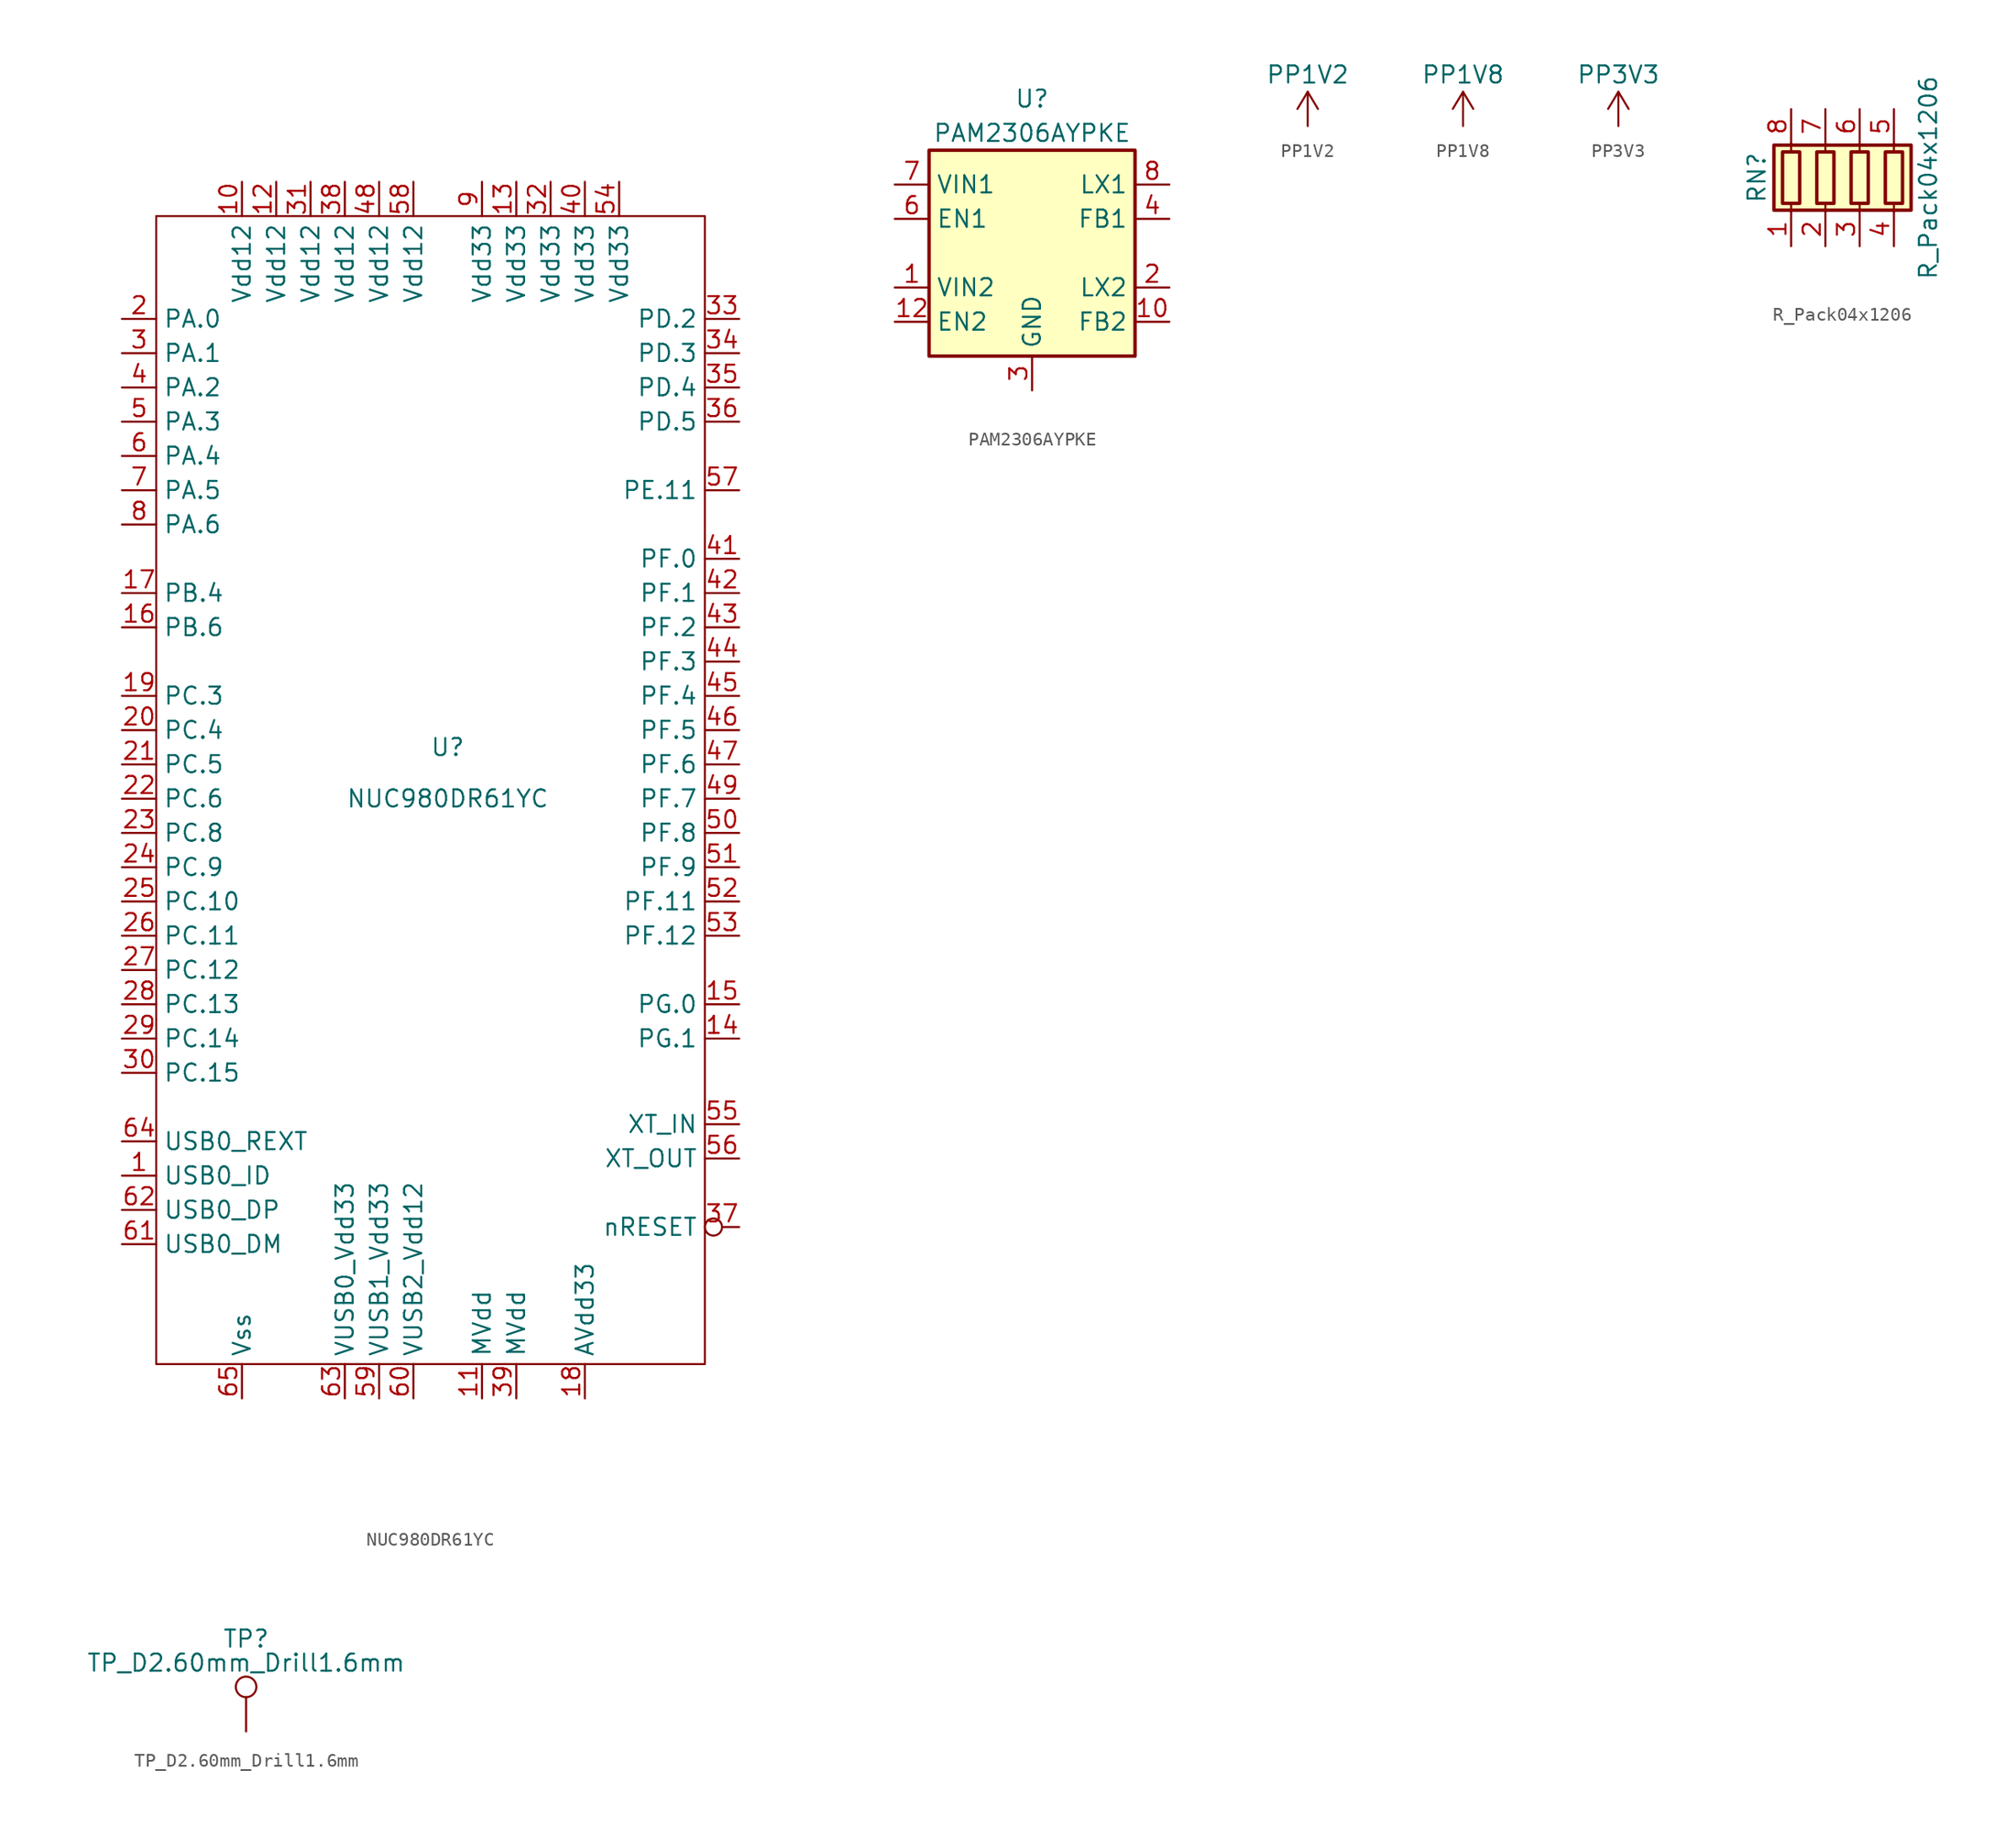
<source format=kicad_sym>
(kicad_symbol_lib
  (version 20220914)
  (generator kicad_symbol_editor)
  (symbol "NUC980DR61YC"
    (property "Reference" "U"
      (at 0 3.81 0)
      (effects (font (size 1.27 1.27))))
    (property "Value" "NUC980DR61YC"
      (at 0 0 0)
      (effects (font (size 1.27 1.27))))
    (symbol "NUC980DR61YC_0_0"
      (pin input line (at -24.13 -27.94 0) (length 2.54) (name "USB0_ID" (effects (font (size 1.27 1.27)))) (number "1" (effects (font (size 1.27 1.27)))))
      (pin power_in line (at -15.24 45.72 270) (length 2.54) (name "Vdd12" (effects (font (size 1.27 1.27)))) (number "10" (effects (font (size 1.27 1.27)))))
      (pin power_in line (at 2.54 -44.45 90) (length 2.54) (name "MVdd" (effects (font (size 1.27 1.27)))) (number "11" (effects (font (size 1.27 1.27)))))
      (pin power_in line (at -12.7 45.72 270) (length 2.54) (name "Vdd12" (effects (font (size 1.27 1.27)))) (number "12" (effects (font (size 1.27 1.27)))))
      (pin power_in line (at 5.08 45.72 270) (length 2.54) (name "Vdd33" (effects (font (size 1.27 1.27)))) (number "13" (effects (font (size 1.27 1.27)))))
      (pin bidirectional line (at 21.59 -17.78 180) (length 2.54) (name "PG.1" (effects (font (size 1.27 1.27)))) (number "14" (effects (font (size 1.27 1.27)))))
      (pin bidirectional line (at 21.59 -15.24 180) (length 2.54) (name "PG.0" (effects (font (size 1.27 1.27)))) (number "15" (effects (font (size 1.27 1.27)))))
      (pin bidirectional line (at -24.13 12.7 0) (length 2.54) (name "PB.6" (effects (font (size 1.27 1.27)))) (number "16" (effects (font (size 1.27 1.27)))))
      (pin bidirectional line (at -24.13 15.24 0) (length 2.54) (name "PB.4" (effects (font (size 1.27 1.27)))) (number "17" (effects (font (size 1.27 1.27)))))
      (pin power_in line (at 10.16 -44.45 90) (length 2.54) (name "AVdd33" (effects (font (size 1.27 1.27)))) (number "18" (effects (font (size 1.27 1.27)))))
      (pin bidirectional line (at -24.13 7.62 0) (length 2.54) (name "PC.3" (effects (font (size 1.27 1.27)))) (number "19" (effects (font (size 1.27 1.27)))))
      (pin bidirectional line (at -24.13 35.56 0) (length 2.54) (name "PA.0" (effects (font (size 1.27 1.27)))) (number "2" (effects (font (size 1.27 1.27)))))
      (pin bidirectional line (at -24.13 5.08 0) (length 2.54) (name "PC.4" (effects (font (size 1.27 1.27)))) (number "20" (effects (font (size 1.27 1.27)))))
      (pin bidirectional line (at -24.13 2.54 0) (length 2.54) (name "PC.5" (effects (font (size 1.27 1.27)))) (number "21" (effects (font (size 1.27 1.27)))))
      (pin bidirectional line (at -24.13 0 0) (length 2.54) (name "PC.6" (effects (font (size 1.27 1.27)))) (number "22" (effects (font (size 1.27 1.27)))))
      (pin bidirectional line (at -24.13 -2.54 0) (length 2.54) (name "PC.8" (effects (font (size 1.27 1.27)))) (number "23" (effects (font (size 1.27 1.27)))))
      (pin bidirectional line (at -24.13 -5.08 0) (length 2.54) (name "PC.9" (effects (font (size 1.27 1.27)))) (number "24" (effects (font (size 1.27 1.27)))))
      (pin bidirectional line (at -24.13 -7.62 0) (length 2.54) (name "PC.10" (effects (font (size 1.27 1.27)))) (number "25" (effects (font (size 1.27 1.27)))))
      (pin bidirectional line (at -24.13 -10.16 0) (length 2.54) (name "PC.11" (effects (font (size 1.27 1.27)))) (number "26" (effects (font (size 1.27 1.27)))))
      (pin bidirectional line (at -24.13 -12.7 0) (length 2.54) (name "PC.12" (effects (font (size 1.27 1.27)))) (number "27" (effects (font (size 1.27 1.27)))))
      (pin bidirectional line (at -24.13 -15.24 0) (length 2.54) (name "PC.13" (effects (font (size 1.27 1.27)))) (number "28" (effects (font (size 1.27 1.27)))))
      (pin bidirectional line (at -24.13 -17.78 0) (length 2.54) (name "PC.14" (effects (font (size 1.27 1.27)))) (number "29" (effects (font (size 1.27 1.27)))))
      (pin bidirectional line (at -24.13 33.02 0) (length 2.54) (name "PA.1" (effects (font (size 1.27 1.27)))) (number "3" (effects (font (size 1.27 1.27)))))
      (pin bidirectional line (at -24.13 -20.32 0) (length 2.54) (name "PC.15" (effects (font (size 1.27 1.27)))) (number "30" (effects (font (size 1.27 1.27)))))
      (pin power_in line (at -10.16 45.72 270) (length 2.54) (name "Vdd12" (effects (font (size 1.27 1.27)))) (number "31" (effects (font (size 1.27 1.27)))))
      (pin power_in line (at 7.62 45.72 270) (length 2.54) (name "Vdd33" (effects (font (size 1.27 1.27)))) (number "32" (effects (font (size 1.27 1.27)))))
      (pin bidirectional line (at 21.59 35.56 180) (length 2.54) (name "PD.2" (effects (font (size 1.27 1.27)))) (number "33" (effects (font (size 1.27 1.27)))))
      (pin bidirectional line (at 21.59 33.02 180) (length 2.54) (name "PD.3" (effects (font (size 1.27 1.27)))) (number "34" (effects (font (size 1.27 1.27)))))
      (pin bidirectional line (at 21.59 30.48 180) (length 2.54) (name "PD.4" (effects (font (size 1.27 1.27)))) (number "35" (effects (font (size 1.27 1.27)))))
      (pin bidirectional line (at 21.59 27.94 180) (length 2.54) (name "PD.5" (effects (font (size 1.27 1.27)))) (number "36" (effects (font (size 1.27 1.27)))))
      (pin input inverted (at 21.59 -31.75 180) (length 2.54) (name "nRESET" (effects (font (size 1.27 1.27)))) (number "37" (effects (font (size 1.27 1.27)))))
      (pin power_in line (at -7.62 45.72 270) (length 2.54) (name "Vdd12" (effects (font (size 1.27 1.27)))) (number "38" (effects (font (size 1.27 1.27)))))
      (pin power_in line (at 5.08 -44.45 90) (length 2.54) (name "MVdd" (effects (font (size 1.27 1.27)))) (number "39" (effects (font (size 1.27 1.27)))))
      (pin bidirectional line (at -24.13 30.48 0) (length 2.54) (name "PA.2" (effects (font (size 1.27 1.27)))) (number "4" (effects (font (size 1.27 1.27)))))
      (pin power_in line (at 10.16 45.72 270) (length 2.54) (name "Vdd33" (effects (font (size 1.27 1.27)))) (number "40" (effects (font (size 1.27 1.27)))))
      (pin bidirectional line (at 21.59 17.78 180) (length 2.54) (name "PF.0" (effects (font (size 1.27 1.27)))) (number "41" (effects (font (size 1.27 1.27)))))
      (pin bidirectional line (at 21.59 15.24 180) (length 2.54) (name "PF.1" (effects (font (size 1.27 1.27)))) (number "42" (effects (font (size 1.27 1.27)))))
      (pin bidirectional line (at 21.59 12.7 180) (length 2.54) (name "PF.2" (effects (font (size 1.27 1.27)))) (number "43" (effects (font (size 1.27 1.27)))))
      (pin bidirectional line (at 21.59 10.16 180) (length 2.54) (name "PF.3" (effects (font (size 1.27 1.27)))) (number "44" (effects (font (size 1.27 1.27)))))
      (pin bidirectional line (at 21.59 7.62 180) (length 2.54) (name "PF.4" (effects (font (size 1.27 1.27)))) (number "45" (effects (font (size 1.27 1.27)))))
      (pin bidirectional line (at 21.59 5.08 180) (length 2.54) (name "PF.5" (effects (font (size 1.27 1.27)))) (number "46" (effects (font (size 1.27 1.27)))))
      (pin bidirectional line (at 21.59 2.54 180) (length 2.54) (name "PF.6" (effects (font (size 1.27 1.27)))) (number "47" (effects (font (size 1.27 1.27)))))
      (pin power_in line (at -5.08 45.72 270) (length 2.54) (name "Vdd12" (effects (font (size 1.27 1.27)))) (number "48" (effects (font (size 1.27 1.27)))))
      (pin bidirectional line (at 21.59 0 180) (length 2.54) (name "PF.7" (effects (font (size 1.27 1.27)))) (number "49" (effects (font (size 1.27 1.27)))))
      (pin bidirectional line (at -24.13 27.94 0) (length 2.54) (name "PA.3" (effects (font (size 1.27 1.27)))) (number "5" (effects (font (size 1.27 1.27)))))
      (pin bidirectional line (at 21.59 -2.54 180) (length 2.54) (name "PF.8" (effects (font (size 1.27 1.27)))) (number "50" (effects (font (size 1.27 1.27)))))
      (pin bidirectional line (at 21.59 -5.08 180) (length 2.54) (name "PF.9" (effects (font (size 1.27 1.27)))) (number "51" (effects (font (size 1.27 1.27)))))
      (pin bidirectional line (at 21.59 -7.62 180) (length 2.54) (name "PF.11" (effects (font (size 1.27 1.27)))) (number "52" (effects (font (size 1.27 1.27)))))
      (pin bidirectional line (at 21.59 -10.16 180) (length 2.54) (name "PF.12" (effects (font (size 1.27 1.27)))) (number "53" (effects (font (size 1.27 1.27)))))
      (pin power_in line (at 12.7 45.72 270) (length 2.54) (name "Vdd33" (effects (font (size 1.27 1.27)))) (number "54" (effects (font (size 1.27 1.27)))))
      (pin input line (at 21.59 -24.13 180) (length 2.54) (name "XT_IN" (effects (font (size 1.27 1.27)))) (number "55" (effects (font (size 1.27 1.27)))))
      (pin output line (at 21.59 -26.67 180) (length 2.54) (name "XT_OUT" (effects (font (size 1.27 1.27)))) (number "56" (effects (font (size 1.27 1.27)))))
      (pin bidirectional line (at 21.59 22.86 180) (length 2.54) (name "PE.11" (effects (font (size 1.27 1.27)))) (number "57" (effects (font (size 1.27 1.27)))))
      (pin power_in line (at -2.54 45.72 270) (length 2.54) (name "Vdd12" (effects (font (size 1.27 1.27)))) (number "58" (effects (font (size 1.27 1.27)))))
      (pin power_in line (at -5.08 -44.45 90) (length 2.54) (name "VUSB1_Vdd33" (effects (font (size 1.27 1.27)))) (number "59" (effects (font (size 1.27 1.27)))))
      (pin bidirectional line (at -24.13 25.4 0) (length 2.54) (name "PA.4" (effects (font (size 1.27 1.27)))) (number "6" (effects (font (size 1.27 1.27)))))
      (pin power_in line (at -2.54 -44.45 90) (length 2.54) (name "VUSB2_Vdd12" (effects (font (size 1.27 1.27)))) (number "60" (effects (font (size 1.27 1.27)))))
      (pin bidirectional line (at -24.13 -33.02 0) (length 2.54) (name "USB0_DM" (effects (font (size 1.27 1.27)))) (number "61" (effects (font (size 1.27 1.27)))))
      (pin bidirectional line (at -24.13 -30.48 0) (length 2.54) (name "USB0_DP" (effects (font (size 1.27 1.27)))) (number "62" (effects (font (size 1.27 1.27)))))
      (pin power_in line (at -7.62 -44.45 90) (length 2.54) (name "VUSB0_Vdd33" (effects (font (size 1.27 1.27)))) (number "63" (effects (font (size 1.27 1.27)))))
      (pin bidirectional line (at -24.13 -25.4 0) (length 2.54) (name "USB0_REXT" (effects (font (size 1.27 1.27)))) (number "64" (effects (font (size 1.27 1.27)))))
      (pin power_in line (at -15.24 -44.45 90) (length 2.54) (name "Vss" (effects (font (size 1.27 1.27)))) (number "65" (effects (font (size 1.27 1.27)))))
      (pin bidirectional line (at -24.13 22.86 0) (length 2.54) (name "PA.5" (effects (font (size 1.27 1.27)))) (number "7" (effects (font (size 1.27 1.27)))))
      (pin bidirectional line (at -24.13 20.32 0) (length 2.54) (name "PA.6" (effects (font (size 1.27 1.27)))) (number "8" (effects (font (size 1.27 1.27)))))
      (pin power_in line (at 2.54 45.72 270) (length 2.54) (name "Vdd33" (effects (font (size 1.27 1.27)))) (number "9" (effects (font (size 1.27 1.27))))))
    (symbol "NUC980DR61YC_0_1"
      (rectangle (start -21.59 43.18) (end 19.05 -41.91) (stroke (width 0.152) (type default)) (fill (type none)))))
  (symbol "PAM2306AYPKE"
    (property "Reference" "U"
      (at 0 11.43 0)
      (effects (font (size 1.27 1.27))))
    (property "Value" "PAM2306AYPKE"
      (at 0 8.89 0)
      (effects (font (size 1.27 1.27))))
    (symbol "PAM2306AYPKE_0_1"
      (rectangle (start 7.62 7.62) (end -7.62 -7.62) (stroke (width 0.254) (type default)) (fill (type background))))
    (symbol "PAM2306AYPKE_1_1"
      (pin power_in line (at -10.16 -2.54 0) (length 2.54) (name "VIN2" (effects (font (size 1.27 1.27)))) (number "1" (effects (font (size 1.27 1.27)))))
      (pin input line (at 10.16 -5.08 180) (length 2.54) (name "FB2" (effects (font (size 1.27 1.27)))) (number "10" (effects (font (size 1.27 1.27)))))
      (pin no_connect line (at 7.62 0 180) (length 2.54) hide (name "NC2" (effects (font (size 1.27 1.27)))) (number "11" (effects (font (size 1.27 1.27)))))
      (pin input line (at -10.16 -5.08 0) (length 2.54) (name "EN2" (effects (font (size 1.27 1.27)))) (number "12" (effects (font (size 1.27 1.27)))))
      (pin passive line (at 0 -10.16 90) (length 2.54) hide (name "GND" (effects (font (size 1.27 1.27)))) (number "13" (effects (font (size 1.27 1.27)))))
      (pin output line (at 10.16 -2.54 180) (length 2.54) (name "LX2" (effects (font (size 1.27 1.27)))) (number "2" (effects (font (size 1.27 1.27)))))
      (pin power_in line (at 0 -10.16 90) (length 2.54) (name "GND" (effects (font (size 1.27 1.27)))) (number "3" (effects (font (size 1.27 1.27)))))
      (pin input line (at 10.16 2.54 180) (length 2.54) (name "FB1" (effects (font (size 1.27 1.27)))) (number "4" (effects (font (size 1.27 1.27)))))
      (pin no_connect line (at -7.62 0 0) (length 2.54) hide (name "NC1" (effects (font (size 1.27 1.27)))) (number "5" (effects (font (size 1.27 1.27)))))
      (pin input line (at -10.16 2.54 0) (length 2.54) (name "EN1" (effects (font (size 1.27 1.27)))) (number "6" (effects (font (size 1.27 1.27)))))
      (pin power_in line (at -10.16 5.08 0) (length 2.54) (name "VIN1" (effects (font (size 1.27 1.27)))) (number "7" (effects (font (size 1.27 1.27)))))
      (pin output line (at 10.16 5.08 180) (length 2.54) (name "LX1" (effects (font (size 1.27 1.27)))) (number "8" (effects (font (size 1.27 1.27)))))
      (pin passive line (at 0 -10.16 90) (length 2.54) hide (name "GND" (effects (font (size 1.27 1.27)))) (number "9" (effects (font (size 1.27 1.27)))))))
  (symbol "PP1V2"
    (power)
    (pin_names
      (offset 0))
    (property "Reference" "#PWR015"
      (at 0 -3.81 0)
      (effects (font (size 1.27 1.27)) hide))
    (property "Value" "PP1V2"
      (at 0 3.81 0)
      (effects (font (size 1.27 1.27))))
    (symbol "PP1V2_0_1"
      (polyline (pts (xy -0.762 1.27) (xy 0 2.54)) (stroke (width 0) (type default)) (fill (type none)))
      (polyline (pts (xy 0 0) (xy 0 2.54)) (stroke (width 0) (type default)) (fill (type none)))
      (polyline (pts (xy 0 2.54) (xy 0.762 1.27)) (stroke (width 0) (type default)) (fill (type none))))
    (symbol "PP1V2_1_1"
      (pin power_in line (at 0 0 90) (length 0) hide (name "+1V2" (effects (font (size 1.27 1.27)))) (number "1" (effects (font (size 1.27 1.27)))))))
  (symbol "PP1V8"
    (power)
    (pin_names
      (offset 0))
    (property "Reference" "#PWR02"
      (at 0 -3.81 0)
      (effects (font (size 1.27 1.27)) hide))
    (property "Value" "PP1V8"
      (at 0 3.81 0)
      (effects (font (size 1.27 1.27))))
    (symbol "PP1V8_0_1"
      (polyline (pts (xy -0.762 1.27) (xy 0 2.54)) (stroke (width 0) (type default)) (fill (type none)))
      (polyline (pts (xy 0 0) (xy 0 2.54)) (stroke (width 0) (type default)) (fill (type none)))
      (polyline (pts (xy 0 2.54) (xy 0.762 1.27)) (stroke (width 0) (type default)) (fill (type none))))
    (symbol "PP1V8_1_1"
      (pin power_in line (at 0 0 90) (length 0) hide (name "+1V8" (effects (font (size 1.27 1.27)))) (number "1" (effects (font (size 1.27 1.27)))))))
  (symbol "PP3V3"
    (power)
    (pin_names
      (offset 0))
    (property "Reference" "#PWR01"
      (at 0 -3.81 0)
      (effects (font (size 1.27 1.27)) hide))
    (property "Value" "PP3V3"
      (at 0 3.81 0)
      (effects (font (size 1.27 1.27))))
    (symbol "PP3V3_0_1"
      (polyline (pts (xy -0.762 1.27) (xy 0 2.54)) (stroke (width 0) (type default)) (fill (type none)))
      (polyline (pts (xy 0 0) (xy 0 2.54)) (stroke (width 0) (type default)) (fill (type none)))
      (polyline (pts (xy 0 2.54) (xy 0.762 1.27)) (stroke (width 0) (type default)) (fill (type none))))
    (symbol "PP3V3_1_1"
      (pin power_in line (at 0 0 90) (length 0) hide (name "+3V3" (effects (font (size 1.27 1.27)))) (number "1" (effects (font (size 1.27 1.27)))))))
  (symbol "R_Pack04x1206"
    (pin_names
      (offset 0) hide)
    (property "Reference" "RN"
      (at -7.62 0 90)
      (effects (font (size 1.27 1.27))))
    (property "Value" "R_Pack04x1206"
      (at 5.08 0 90)
      (effects (font (size 1.27 1.27))))
    (symbol "R_Pack04x1206_0_1"
      (rectangle (start -6.35 -2.413) (end 3.81 2.413) (stroke (width 0.254) (type default)) (fill (type background)))
      (rectangle (start -5.715 1.905) (end -4.445 -1.905) (stroke (width 0.254) (type default)) (fill (type none)))
      (rectangle (start -3.175 1.905) (end -1.905 -1.905) (stroke (width 0.254) (type default)) (fill (type none)))
      (rectangle (start -0.635 1.905) (end 0.635 -1.905) (stroke (width 0.254) (type default)) (fill (type none)))
      (polyline (pts (xy -5.08 -2.54) (xy -5.08 -1.905)) (stroke (width 0) (type default)) (fill (type none)))
      (polyline (pts (xy -5.08 1.905) (xy -5.08 2.54)) (stroke (width 0) (type default)) (fill (type none)))
      (polyline (pts (xy -2.54 -2.54) (xy -2.54 -1.905)) (stroke (width 0) (type default)) (fill (type none)))
      (polyline (pts (xy -2.54 1.905) (xy -2.54 2.54)) (stroke (width 0) (type default)) (fill (type none)))
      (polyline (pts (xy 0 -2.54) (xy 0 -1.905)) (stroke (width 0) (type default)) (fill (type none)))
      (polyline (pts (xy 0 1.905) (xy 0 2.54)) (stroke (width 0) (type default)) (fill (type none)))
      (polyline (pts (xy 2.54 -2.54) (xy 2.54 -1.905)) (stroke (width 0) (type default)) (fill (type none)))
      (polyline (pts (xy 2.54 1.905) (xy 2.54 2.54)) (stroke (width 0) (type default)) (fill (type none)))
      (rectangle (start 1.905 1.905) (end 3.175 -1.905) (stroke (width 0.254) (type default)) (fill (type none))))
    (symbol "R_Pack04x1206_1_1"
      (pin passive line (at -5.08 -5.08 90) (length 2.54) (name "R1.1" (effects (font (size 1.27 1.27)))) (number "1" (effects (font (size 1.27 1.27)))))
      (pin passive line (at -2.54 -5.08 90) (length 2.54) (name "R2.1" (effects (font (size 1.27 1.27)))) (number "2" (effects (font (size 1.27 1.27)))))
      (pin passive line (at 0 -5.08 90) (length 2.54) (name "R3.1" (effects (font (size 1.27 1.27)))) (number "3" (effects (font (size 1.27 1.27)))))
      (pin passive line (at 2.54 -5.08 90) (length 2.54) (name "R4.1" (effects (font (size 1.27 1.27)))) (number "4" (effects (font (size 1.27 1.27)))))
      (pin passive line (at 2.54 5.08 270) (length 2.54) (name "R4.2" (effects (font (size 1.27 1.27)))) (number "5" (effects (font (size 1.27 1.27)))))
      (pin passive line (at 0 5.08 270) (length 2.54) (name "R3.2" (effects (font (size 1.27 1.27)))) (number "6" (effects (font (size 1.27 1.27)))))
      (pin passive line (at -2.54 5.08 270) (length 2.54) (name "R2.2" (effects (font (size 1.27 1.27)))) (number "7" (effects (font (size 1.27 1.27)))))
      (pin passive line (at -5.08 5.08 270) (length 2.54) (name "R1.2" (effects (font (size 1.27 1.27)))) (number "8" (effects (font (size 1.27 1.27)))))))
  (symbol "TP_D2.60mm_Drill1.6mm"
    (pin_numbers hide)
    (pin_names
      (offset 0.762) hide)
    (property "Reference" "TP"
      (at 0 6.858 0)
      (effects (font (size 1.27 1.27))))
    (property "Value" "TP_D2.60mm_Drill1.6mm"
      (at 0 5.08 0)
      (effects (font (size 1.27 1.27))))
    (symbol "TP_D2.60mm_Drill1.6mm_0_1"
      (circle (center 0 3.302) (radius 0.762) (stroke (width 0) (type default)) (fill (type none))))
    (symbol "TP_D2.60mm_Drill1.6mm_1_1"
      (pin passive line (at 0 0 90) (length 2.54) (name "1" (effects (font (size 1.27 1.27)))) (number "1" (effects (font (size 1.27 1.27))))))))
</source>
